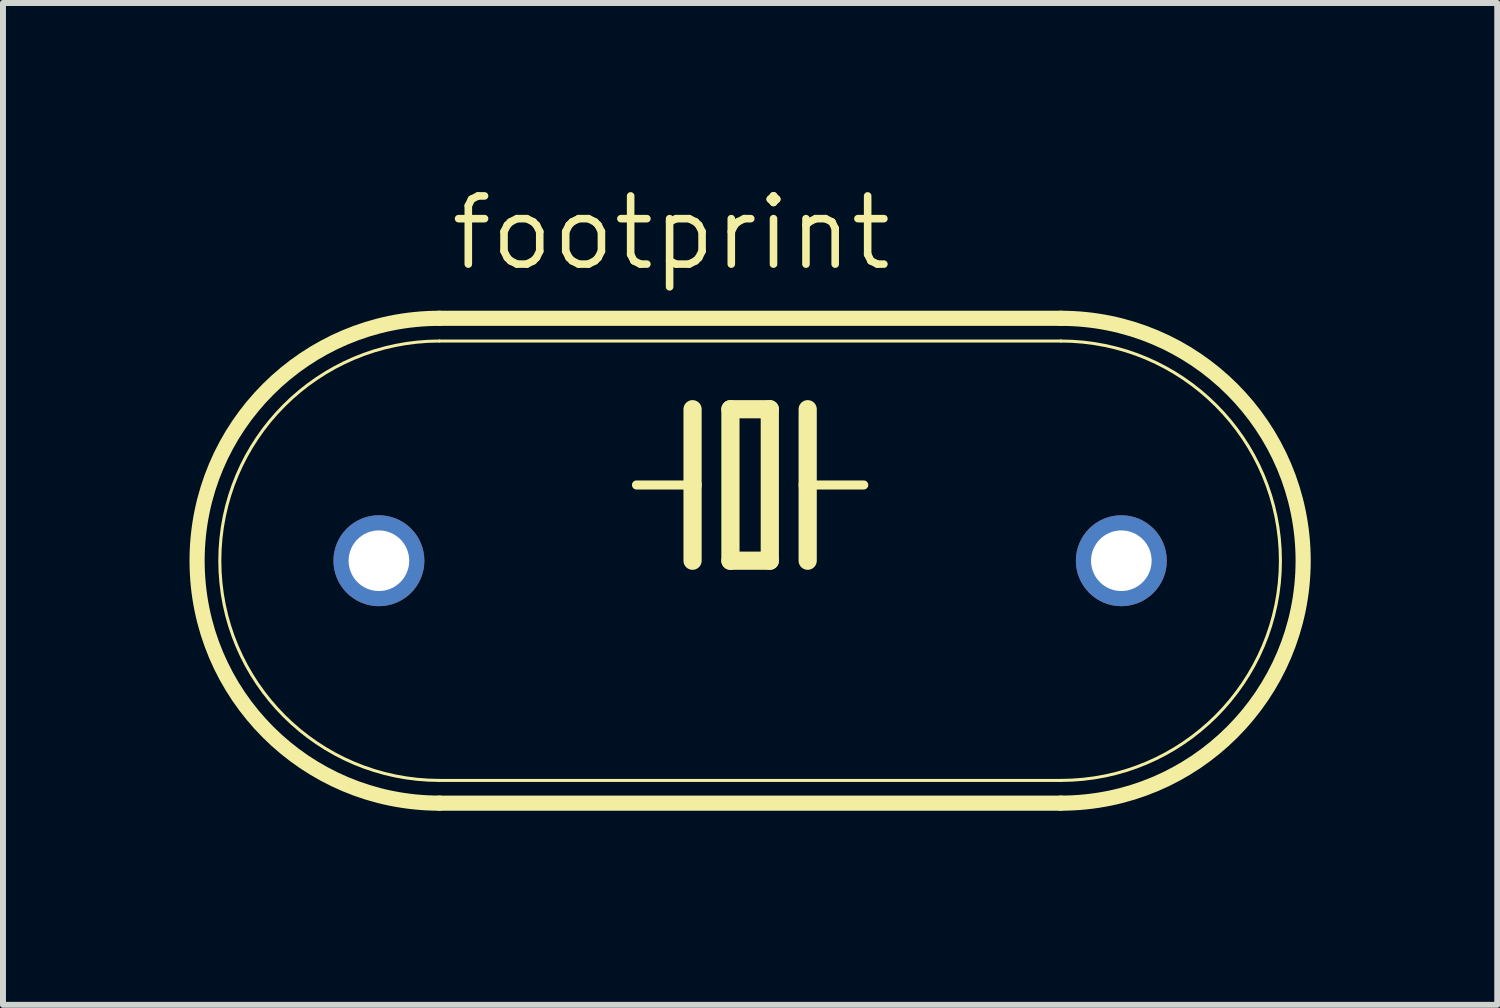
<source format=kicad_pcb>
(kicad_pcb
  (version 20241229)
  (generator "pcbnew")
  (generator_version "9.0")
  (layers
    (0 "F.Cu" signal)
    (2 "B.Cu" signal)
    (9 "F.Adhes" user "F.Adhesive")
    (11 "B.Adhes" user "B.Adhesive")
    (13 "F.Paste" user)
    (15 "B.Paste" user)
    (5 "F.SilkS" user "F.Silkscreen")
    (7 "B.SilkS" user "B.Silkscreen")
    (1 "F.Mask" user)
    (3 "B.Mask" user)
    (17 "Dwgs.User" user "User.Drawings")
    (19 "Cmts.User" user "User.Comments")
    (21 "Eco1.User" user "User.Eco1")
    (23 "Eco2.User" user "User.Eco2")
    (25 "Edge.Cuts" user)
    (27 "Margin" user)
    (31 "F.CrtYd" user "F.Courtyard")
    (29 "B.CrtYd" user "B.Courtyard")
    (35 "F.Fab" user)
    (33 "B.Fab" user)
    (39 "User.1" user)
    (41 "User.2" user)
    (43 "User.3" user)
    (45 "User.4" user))
  (footprint "footprint"
    (layer "F.Cu")
    (at 9.525 6.35)
    (property "Reference" "footprint" (at -5.08 -4.826 0) (layer "F.SilkS") (effects (font (size 1.143 1.143) (thickness 0.127)) (justify left bottom)))
    (fp_line (start -5.207 -4.064) (end 5.207 -4.064) (stroke (width 0.254) (type solid)) (layer "F.SilkS"))
    (fp_line (start -5.207 -3.683) (end 5.207 -3.683) (stroke (width 0.051) (type solid)) (layer "F.SilkS"))
    (fp_line (start -5.207 3.683) (end 5.207 3.683) (stroke (width 0.051) (type solid)) (layer "F.SilkS"))
    (fp_line (start -5.207 4.064) (end 5.207 4.064) (stroke (width 0.254) (type solid)) (layer "F.SilkS"))
    (fp_line (start -0.965 -2.54) (end -0.965 -1.27) (stroke (width 0.305) (type solid)) (layer "F.SilkS"))
    (fp_line (start -0.965 -1.27) (end -1.905 -1.27) (stroke (width 0.152) (type solid)) (layer "F.SilkS"))
    (fp_line (start -0.965 -1.27) (end -0.965 0) (stroke (width 0.305) (type solid)) (layer "F.SilkS"))
    (fp_line (start -0.33 -2.54) (end -0.33 0) (stroke (width 0.305) (type solid)) (layer "F.SilkS"))
    (fp_line (start -0.33 0) (end 0.33 0) (stroke (width 0.305) (type solid)) (layer "F.SilkS"))
    (fp_line (start 0.33 -2.54) (end -0.33 -2.54) (stroke (width 0.305) (type solid)) (layer "F.SilkS"))
    (fp_line (start 0.33 0) (end 0.33 -2.54) (stroke (width 0.305) (type solid)) (layer "F.SilkS"))
    (fp_line (start 0.965 -2.54) (end 0.965 -1.27) (stroke (width 0.305) (type solid)) (layer "F.SilkS"))
    (fp_line (start 0.965 -1.27) (end 0.965 0) (stroke (width 0.305) (type solid)) (layer "F.SilkS"))
    (fp_line (start 0.965 -1.27) (end 1.905 -1.27) (stroke (width 0.152) (type solid)) (layer "F.SilkS"))
    (fp_arc (start -5.207 3.683) (mid -8.89 0) (end -5.207 -3.683) (stroke (width 0.0508) (type solid)) (layer "F.SilkS"))
    (fp_arc (start -5.207 4.064) (mid -9.271 0) (end -5.207 -4.064) (stroke (width 0.254) (type solid)) (layer "F.SilkS"))
    (fp_arc (start 5.207 -4.064) (mid 9.271 0) (end 5.207 4.064) (stroke (width 0.254) (type solid)) (layer "F.SilkS"))
    (fp_arc (start 5.207 -3.683) (mid 8.89 0) (end 5.207 3.683) (stroke (width 0.0508) (type solid)) (layer "F.SilkS"))
    (pad "1" thru_hole circle (at -6.223 0) (size 1.524 1.524) (drill 1.016) (layers "*.Cu" "*.Mask"))
    (pad "2" thru_hole circle (at 6.223 0) (size 1.524 1.524) (drill 1.016) (layers "*.Cu" "*.Mask"))
    (zone (net_name "") (layers "F.Cu" "B.Cu") (hatch edge 0.508) (connect_pads) (min_thickness 0.254) (filled_areas_thickness no) (keepout (tracks allowed) (vias not_allowed) (pads allowed) (copperpour allowed) (footprints allowed)) (placement (enabled no)) (fill) (polygon (pts (xy 0 8.89) (xy 0.635 8.89) (xy 0.635 3.81) (xy 0 3.81))))
    (zone (net_name "") (layers "F.Cu" "B.Cu") (hatch edge 0.508) (connect_pads) (min_thickness 0.254) (filled_areas_thickness no) (keepout (tracks allowed) (vias not_allowed) (pads allowed) (copperpour allowed) (footprints allowed)) (placement (enabled no)) (fill) (polygon (pts (xy 0.635 9.525) (xy 1.27 9.525) (xy 1.27 3.175) (xy 0.635 3.175))))
    (zone (net_name "") (layers "F.Cu" "B.Cu") (hatch edge 0.508) (connect_pads) (min_thickness 0.254) (filled_areas_thickness no) (keepout (tracks allowed) (vias not_allowed) (pads allowed) (copperpour allowed) (footprints allowed)) (placement (enabled no)) (fill) (polygon (pts (xy 1.27 10.16) (xy 2.54 10.16) (xy 2.54 2.54) (xy 1.27 2.54))))
    (zone (net_name "") (layers "F.Cu" "B.Cu") (hatch edge 0.508) (connect_pads) (min_thickness 0.254) (filled_areas_thickness no) (keepout (tracks allowed) (vias not_allowed) (pads allowed) (copperpour allowed) (footprints allowed)) (placement (enabled no)) (fill) (polygon (pts (xy 2.54 10.795) (xy 16.51 10.795) (xy 16.51 1.905) (xy 2.54 1.905))))
    (zone (net_name "") (layers "F.Cu" "B.Cu") (hatch edge 0.508) (connect_pads) (min_thickness 0.254) (filled_areas_thickness no) (keepout (tracks allowed) (vias not_allowed) (pads allowed) (copperpour allowed) (footprints allowed)) (placement (enabled no)) (fill) (polygon (pts (xy 16.51 10.16) (xy 17.78 10.16) (xy 17.78 2.54) (xy 16.51 2.54))))
    (zone (net_name "") (layers "F.Cu" "B.Cu") (hatch edge 0.508) (connect_pads) (min_thickness 0.254) (filled_areas_thickness no) (keepout (tracks allowed) (vias not_allowed) (pads allowed) (copperpour allowed) (footprints allowed)) (placement (enabled no)) (fill) (polygon (pts (xy 17.78 9.525) (xy 18.415 9.525) (xy 18.415 3.175) (xy 17.78 3.175))))
    (zone (net_name "") (layers "F.Cu" "B.Cu") (hatch edge 0.508) (connect_pads) (min_thickness 0.254) (filled_areas_thickness no) (keepout (tracks allowed) (vias not_allowed) (pads allowed) (copperpour allowed) (footprints allowed)) (placement (enabled no)) (fill) (polygon (pts (xy 18.415 8.89) (xy 19.05 8.89) (xy 19.05 3.81) (xy 18.415 3.81)))))
  (gr_rect
    (start -3 -3)
    (end 22.05 13.795)
    (stroke (width 0.1) (type default))
    (fill no)
    (layer "Edge.Cuts")))
</source>
